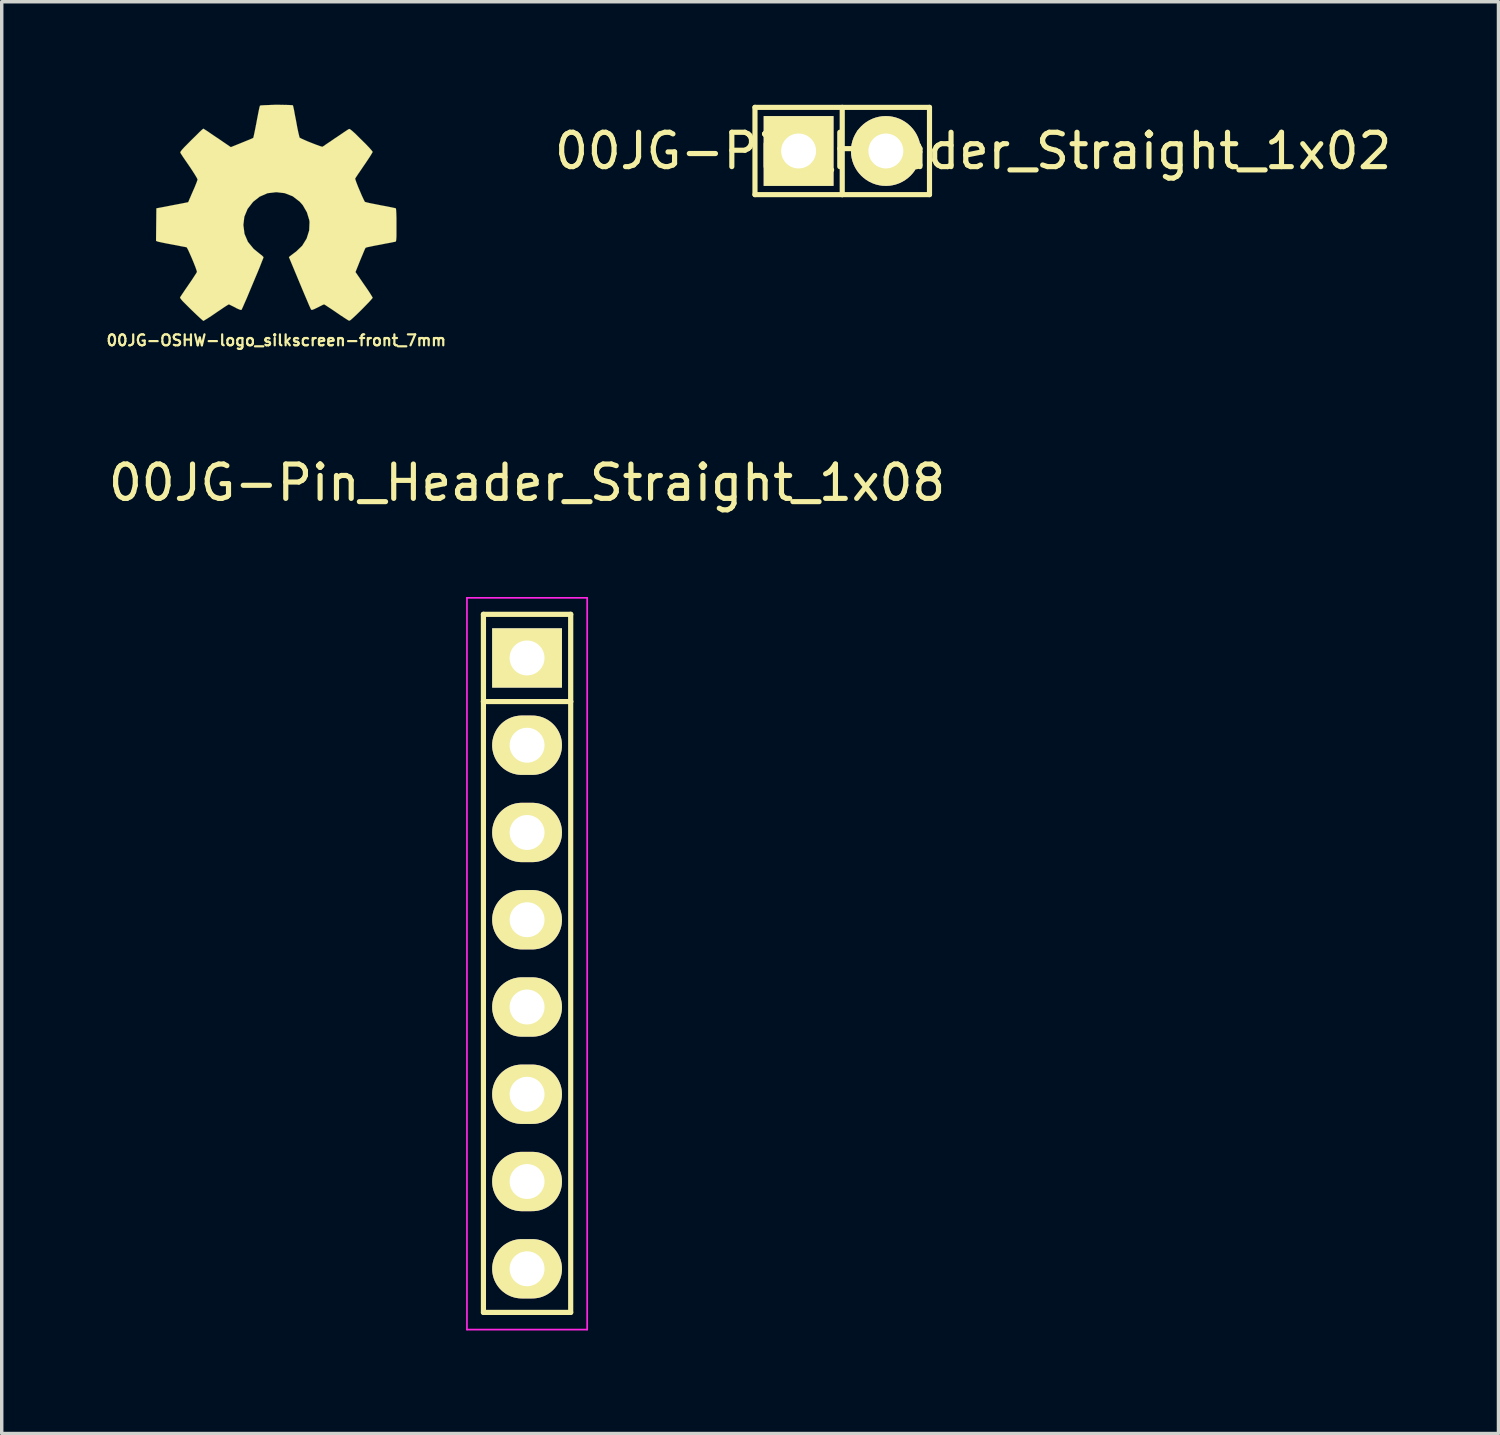
<source format=kicad_pcb>
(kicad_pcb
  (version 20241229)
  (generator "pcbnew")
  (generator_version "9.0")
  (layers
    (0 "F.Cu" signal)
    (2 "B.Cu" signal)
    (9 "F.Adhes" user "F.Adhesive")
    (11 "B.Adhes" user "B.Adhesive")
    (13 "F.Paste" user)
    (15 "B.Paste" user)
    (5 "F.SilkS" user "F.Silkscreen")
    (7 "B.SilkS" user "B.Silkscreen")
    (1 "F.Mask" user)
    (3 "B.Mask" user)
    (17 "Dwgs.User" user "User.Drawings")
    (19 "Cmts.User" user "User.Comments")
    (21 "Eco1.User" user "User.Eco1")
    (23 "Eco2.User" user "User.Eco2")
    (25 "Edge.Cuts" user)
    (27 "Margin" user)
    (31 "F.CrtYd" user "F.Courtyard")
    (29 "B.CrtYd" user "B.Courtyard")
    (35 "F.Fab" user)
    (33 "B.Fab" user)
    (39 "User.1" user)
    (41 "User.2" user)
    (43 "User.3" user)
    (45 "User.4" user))
  (footprint "00JG-OSHW-logo_silkscreen-front_7mm"
    (layer "F.Cu")
    (at 4.992 3.146)
    (property "Reference" "00JG-OSHW-logo_silkscreen-front_7mm" (at 0 3.711 0) (layer "F.SilkS") (effects (font (size 0.318 0.318) (thickness 0.064))))
    (attr through_hole)
    (fp_poly (pts (xy -2.121 3.145) (xy -2.085 3.124) (xy -2.002 3.073) (xy -1.885 2.997) (xy -1.748 2.903) (xy -1.608 2.809) (xy -1.496 2.733) (xy -1.415 2.682) (xy -1.382 2.664) (xy -1.364 2.67) (xy -1.298 2.703) (xy -1.201 2.751) (xy -1.148 2.781) (xy -1.059 2.819) (xy -1.016 2.827) (xy -1.008 2.814) (xy -0.975 2.746) (xy -0.925 2.631) (xy -0.859 2.482) (xy -0.785 2.304) (xy -0.704 2.111) (xy -0.622 1.915) (xy -0.544 1.73) (xy -0.475 1.562) (xy -0.422 1.425) (xy -0.384 1.331) (xy -0.371 1.29) (xy -0.376 1.283) (xy -0.419 1.24) (xy -0.495 1.181) (xy -0.66 1.046) (xy -0.826 0.843) (xy -0.925 0.612) (xy -0.958 0.353) (xy -0.93 0.114) (xy -0.836 -0.114) (xy -0.676 -0.32) (xy -0.483 -0.472) (xy -0.254 -0.572) (xy 0 -0.602) (xy 0.244 -0.574) (xy 0.478 -0.483) (xy 0.683 -0.325) (xy 0.772 -0.224) (xy 0.892 -0.015) (xy 0.96 0.208) (xy 0.968 0.264) (xy 0.958 0.511) (xy 0.884 0.747) (xy 0.754 0.958) (xy 0.574 1.13) (xy 0.551 1.146) (xy 0.467 1.209) (xy 0.411 1.252) (xy 0.368 1.288) (xy 0.681 2.04) (xy 0.732 2.162) (xy 0.818 2.367) (xy 0.894 2.545) (xy 0.953 2.685) (xy 0.996 2.779) (xy 1.013 2.817) (xy 1.016 2.819) (xy 1.044 2.824) (xy 1.1 2.804) (xy 1.206 2.753) (xy 1.275 2.718) (xy 1.356 2.677) (xy 1.392 2.664) (xy 1.422 2.68) (xy 1.499 2.731) (xy 1.61 2.804) (xy 1.745 2.896) (xy 1.875 2.985) (xy 1.991 3.061) (xy 2.078 3.117) (xy 2.118 3.139) (xy 2.126 3.139) (xy 2.164 3.119) (xy 2.23 3.061) (xy 2.334 2.964) (xy 2.479 2.822) (xy 2.502 2.799) (xy 2.621 2.677) (xy 2.718 2.576) (xy 2.781 2.504) (xy 2.807 2.471) (xy 2.784 2.431) (xy 2.731 2.344) (xy 2.652 2.225) (xy 2.555 2.085) (xy 2.306 1.722) (xy 2.443 1.379) (xy 2.487 1.275) (xy 2.54 1.148) (xy 2.578 1.057) (xy 2.598 1.019) (xy 2.637 1.003) (xy 2.731 0.983) (xy 2.865 0.955) (xy 3.028 0.925) (xy 3.183 0.894) (xy 3.322 0.869) (xy 3.421 0.848) (xy 3.467 0.841) (xy 3.477 0.833) (xy 3.487 0.813) (xy 3.493 0.765) (xy 3.498 0.681) (xy 3.498 0.546) (xy 3.498 0.353) (xy 3.498 0.333) (xy 3.498 0.147) (xy 3.493 0.003) (xy 3.487 -0.094) (xy 3.482 -0.132) (xy 3.439 -0.142) (xy 3.34 -0.163) (xy 3.2 -0.191) (xy 3.035 -0.221) (xy 3.025 -0.224) (xy 2.857 -0.257) (xy 2.72 -0.284) (xy 2.624 -0.307) (xy 2.581 -0.32) (xy 2.573 -0.33) (xy 2.54 -0.396) (xy 2.492 -0.498) (xy 2.438 -0.625) (xy 2.383 -0.754) (xy 2.337 -0.871) (xy 2.306 -0.958) (xy 2.296 -0.998) (xy 2.322 -1.039) (xy 2.377 -1.123) (xy 2.459 -1.242) (xy 2.555 -1.384) (xy 2.563 -1.394) (xy 2.657 -1.534) (xy 2.736 -1.654) (xy 2.786 -1.737) (xy 2.807 -1.775) (xy 2.804 -1.778) (xy 2.774 -1.819) (xy 2.703 -1.9) (xy 2.601 -2.007) (xy 2.477 -2.129) (xy 2.438 -2.167) (xy 2.304 -2.301) (xy 2.207 -2.388) (xy 2.149 -2.433) (xy 2.121 -2.443) (xy 2.078 -2.418) (xy 1.989 -2.36) (xy 1.869 -2.278) (xy 1.727 -2.182) (xy 1.717 -2.177) (xy 1.577 -2.08) (xy 1.46 -2.002) (xy 1.379 -1.946) (xy 1.344 -1.925) (xy 1.336 -1.925) (xy 1.28 -1.941) (xy 1.181 -1.976) (xy 1.057 -2.024) (xy 0.927 -2.075) (xy 0.81 -2.126) (xy 0.721 -2.167) (xy 0.681 -2.189) (xy 0.678 -2.192) (xy 0.665 -2.243) (xy 0.64 -2.347) (xy 0.61 -2.492) (xy 0.579 -2.662) (xy 0.574 -2.69) (xy 0.541 -2.855) (xy 0.516 -2.995) (xy 0.495 -3.089) (xy 0.485 -3.129) (xy 0.462 -3.134) (xy 0.381 -3.139) (xy 0.257 -3.142) (xy 0.104 -3.145) (xy -0.053 -3.145) (xy -0.208 -3.139) (xy -0.34 -3.134) (xy -0.434 -3.129) (xy -0.472 -3.122) (xy -0.475 -3.119) (xy -0.49 -3.068) (xy -0.513 -2.962) (xy -0.541 -2.817) (xy -0.574 -2.647) (xy -0.579 -2.616) (xy -0.612 -2.449) (xy -0.64 -2.311) (xy -0.66 -2.22) (xy -0.671 -2.182) (xy -0.686 -2.174) (xy -0.754 -2.144) (xy -0.866 -2.098) (xy -1.003 -2.042) (xy -1.323 -1.913) (xy -1.717 -2.182) (xy -1.753 -2.205) (xy -1.895 -2.301) (xy -2.009 -2.38) (xy -2.09 -2.431) (xy -2.123 -2.451) (xy -2.126 -2.449) (xy -2.167 -2.416) (xy -2.245 -2.342) (xy -2.349 -2.238) (xy -2.474 -2.116) (xy -2.565 -2.024) (xy -2.675 -1.913) (xy -2.743 -1.839) (xy -2.779 -1.791) (xy -2.794 -1.763) (xy -2.789 -1.745) (xy -2.764 -1.704) (xy -2.708 -1.618) (xy -2.626 -1.499) (xy -2.53 -1.359) (xy -2.451 -1.242) (xy -2.367 -1.11) (xy -2.311 -1.016) (xy -2.291 -0.97) (xy -2.296 -0.953) (xy -2.324 -0.874) (xy -2.37 -0.759) (xy -2.431 -0.62) (xy -2.565 -0.31) (xy -2.771 -0.269) (xy -2.893 -0.246) (xy -3.066 -0.213) (xy -3.231 -0.18) (xy -3.49 -0.132) (xy -3.5 0.815) (xy -3.459 0.833) (xy -3.421 0.843) (xy -3.325 0.864) (xy -3.188 0.892) (xy -3.028 0.922) (xy -2.891 0.947) (xy -2.753 0.975) (xy -2.654 0.993) (xy -2.609 1.003) (xy -2.598 1.019) (xy -2.563 1.085) (xy -2.515 1.191) (xy -2.459 1.318) (xy -2.403 1.453) (xy -2.355 1.575) (xy -2.322 1.669) (xy -2.309 1.717) (xy -2.327 1.753) (xy -2.38 1.834) (xy -2.456 1.951) (xy -2.55 2.088) (xy -2.644 2.225) (xy -2.723 2.342) (xy -2.779 2.426) (xy -2.802 2.464) (xy -2.789 2.492) (xy -2.736 2.558) (xy -2.631 2.664) (xy -2.477 2.817) (xy -2.451 2.842) (xy -2.329 2.959) (xy -2.225 3.056) (xy -2.154 3.119) (xy -2.121 3.145)) (stroke (width 0.003) (type solid)) (fill yes) (layer "F.SilkS")))
  (footprint "00JG-Pin_Header_Straight_1x02"
    (layer "F.Cu")
    (at 21.466 1.345)
    (property "Reference" "00JG-Pin_Header_Straight_1x02" (at 3.81 0 0) (layer "F.SilkS") (effects (font (size 1 1) (thickness 0.15))))
    (attr through_hole)
    (fp_line (start -2.54 -1.27) (end -2.54 1.27) (stroke (width 0.15) (type solid)) (layer "F.SilkS"))
    (fp_line (start -2.54 1.27) (end 0 1.27) (stroke (width 0.15) (type solid)) (layer "F.SilkS"))
    (fp_line (start 0 -1.27) (end 0 1.27) (stroke (width 0.15) (type solid)) (layer "F.SilkS"))
    (fp_line (start 0 1.27) (end 2.54 1.27) (stroke (width 0.15) (type solid)) (layer "F.SilkS"))
    (fp_line (start 2.54 -1.27) (end -2.54 -1.27) (stroke (width 0.15) (type solid)) (layer "F.SilkS"))
    (fp_line (start 2.54 1.27) (end 2.54 -1.27) (stroke (width 0.15) (type solid)) (layer "F.SilkS"))
    (pad "1" thru_hole rect (at -1.27 0) (size 2.032 2.032) (drill 1.016) (layers "*.Cu" "*.Mask" "F.SilkS"))
    (pad "2" thru_hole oval (at 1.27 0) (size 2.032 2.032) (drill 1.016) (layers "*.Cu" "*.Mask" "F.SilkS")))
  (footprint "00JG-Pin_Header_Straight_1x08"
    (layer "F.Cu")
    (at 12.292 16.102)
    (property "Reference" "00JG-Pin_Header_Straight_1x08" (at 0 -5.1 0) (layer "F.SilkS") (effects (font (size 1 1) (thickness 0.15))))
    (attr through_hole)
    (fp_line (start -1.27 -1.27) (end 1.27 -1.27) (stroke (width 0.152) (type solid)) (layer "F.SilkS"))
    (fp_line (start -1.27 1.27) (end -1.27 -1.27) (stroke (width 0.152) (type solid)) (layer "F.SilkS"))
    (fp_line (start -1.27 19.05) (end -1.27 1.27) (stroke (width 0.15) (type solid)) (layer "F.SilkS"))
    (fp_line (start 1.27 -1.27) (end 1.27 1.27) (stroke (width 0.152) (type solid)) (layer "F.SilkS"))
    (fp_line (start 1.27 1.27) (end -1.27 1.27) (stroke (width 0.15) (type solid)) (layer "F.SilkS"))
    (fp_line (start 1.27 1.27) (end 1.27 19.05) (stroke (width 0.15) (type solid)) (layer "F.SilkS"))
    (fp_line (start 1.27 19.05) (end -1.27 19.05) (stroke (width 0.15) (type solid)) (layer "F.SilkS"))
    (fp_line (start -1.75 -1.75) (end -1.75 19.55) (stroke (width 0.05) (type solid)) (layer "F.CrtYd"))
    (fp_line (start -1.75 -1.75) (end 1.75 -1.75) (stroke (width 0.05) (type solid)) (layer "F.CrtYd"))
    (fp_line (start -1.75 19.55) (end 1.75 19.55) (stroke (width 0.05) (type solid)) (layer "F.CrtYd"))
    (fp_line (start 1.75 -1.75) (end 1.75 19.55) (stroke (width 0.05) (type solid)) (layer "F.CrtYd"))
    (pad "1" thru_hole rect (at 0 0) (size 2.032 1.727) (drill 1.016) (layers "*.Cu" "*.Mask" "F.SilkS"))
    (pad "2" thru_hole oval (at 0 2.54) (size 2.032 1.727) (drill 1.016) (layers "*.Cu" "*.Mask" "F.SilkS"))
    (pad "3" thru_hole oval (at 0 5.08) (size 2.032 1.727) (drill 1.016) (layers "*.Cu" "*.Mask" "F.SilkS"))
    (pad "4" thru_hole oval (at 0 7.62) (size 2.032 1.727) (drill 1.016) (layers "*.Cu" "*.Mask" "F.SilkS"))
    (pad "5" thru_hole oval (at 0 10.16) (size 2.032 1.727) (drill 1.016) (layers "*.Cu" "*.Mask" "F.SilkS"))
    (pad "6" thru_hole oval (at 0 12.7) (size 2.032 1.727) (drill 1.016) (layers "*.Cu" "*.Mask" "F.SilkS"))
    (pad "7" thru_hole oval (at 0 15.24) (size 2.032 1.727) (drill 1.016) (layers "*.Cu" "*.Mask" "F.SilkS"))
    (pad "8" thru_hole oval (at 0 17.78) (size 2.032 1.727) (drill 1.016) (layers "*.Cu" "*.Mask" "F.SilkS")))
  (gr_rect
    (start -3 -3)
    (end 40.568 38.677)
    (stroke (width 0.1) (type default))
    (fill no)
    (layer "Edge.Cuts")))
</source>
